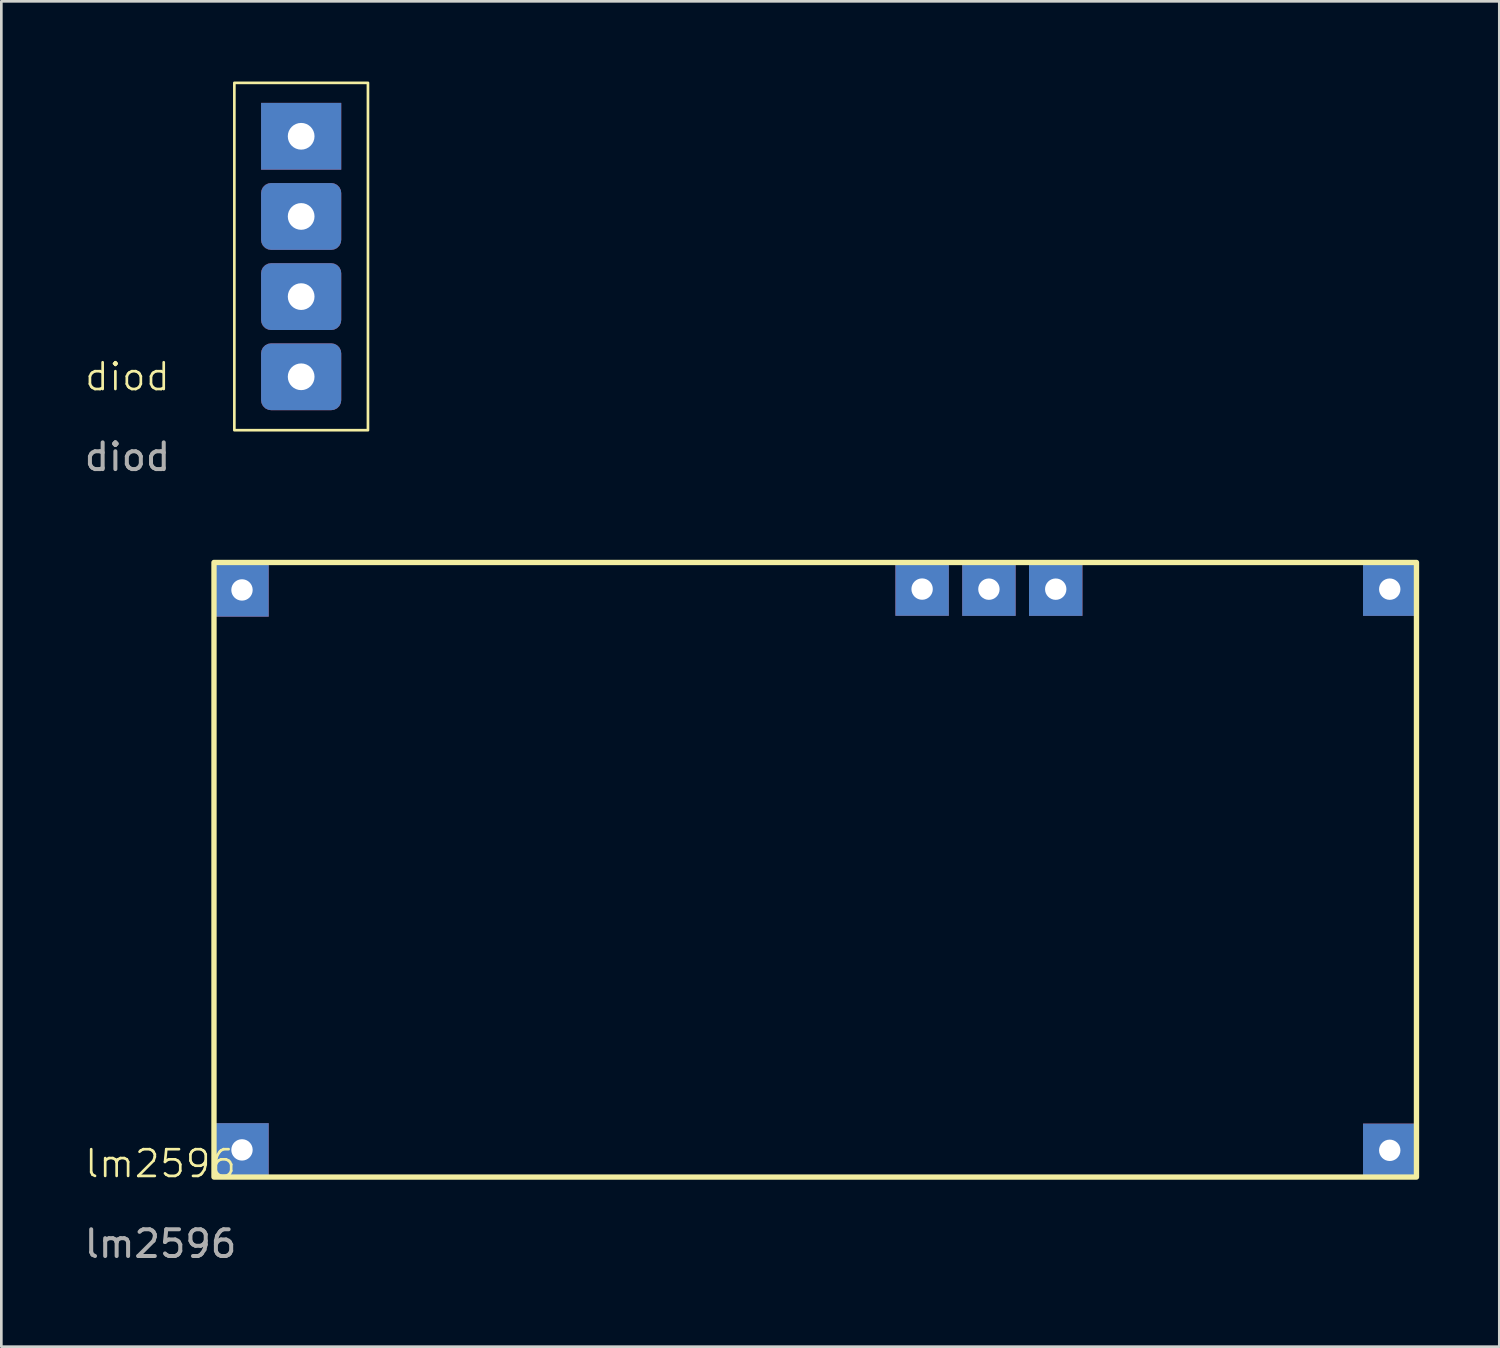
<source format=kicad_pcb>
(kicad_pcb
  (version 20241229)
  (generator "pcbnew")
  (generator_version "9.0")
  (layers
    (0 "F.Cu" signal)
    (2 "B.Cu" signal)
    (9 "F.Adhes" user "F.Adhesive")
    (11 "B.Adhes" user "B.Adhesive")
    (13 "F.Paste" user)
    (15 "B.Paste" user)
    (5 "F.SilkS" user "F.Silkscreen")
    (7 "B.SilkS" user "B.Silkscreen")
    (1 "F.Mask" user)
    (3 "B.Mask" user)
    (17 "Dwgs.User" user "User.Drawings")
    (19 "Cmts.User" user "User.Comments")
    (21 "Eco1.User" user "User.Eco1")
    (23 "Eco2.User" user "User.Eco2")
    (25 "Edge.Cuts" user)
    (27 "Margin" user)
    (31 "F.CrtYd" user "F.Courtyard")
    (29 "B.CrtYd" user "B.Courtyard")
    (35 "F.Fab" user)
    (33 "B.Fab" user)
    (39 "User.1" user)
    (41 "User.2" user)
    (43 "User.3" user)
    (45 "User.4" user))
  (footprint "lm2596"
    (layer "F.Cu")
    (at 2.958 40.998)
    (property "Reference" "lm2596" (at 0 -0.5 0) (unlocked yes) (layer "F.SilkS") (effects (font (size 1 1) (thickness 0.1))))
    (attr smd)
    (fp_rect (start 2 -23) (end 47 0) (stroke (width 0.2) (type solid)) (fill no) (layer "F.SilkS"))
    (fp_text user "${REFERENCE}" (at 0 2.5 0) (unlocked yes) (layer "F.Fab") (effects (font (size 1 1) (thickness 0.15))))
    (pad "1" thru_hole rect (at 3.048 -21.971) (size 2 2) (drill 0.8) (layers "*.Cu" "*.Mask"))
    (pad "2" thru_hole rect (at 3.048 -1.016) (size 2 2) (drill 0.8) (layers "*.Cu" "*.Mask"))
    (pad "3" thru_hole rect (at 28.5 -22.003) (size 2 2) (drill 0.8) (layers "*.Cu" "*.Mask"))
    (pad "4" thru_hole rect (at 33.5 -22) (size 2 2) (drill 0.8) (layers "*.Cu" "*.Mask"))
    (pad "5" thru_hole rect (at 31 -22) (size 2 2) (drill 0.8) (layers "*.Cu" "*.Mask"))
    (pad "6" thru_hole rect (at 46 -22) (size 2 2) (drill 0.8) (layers "*.Cu" "*.Mask"))
    (pad "7" thru_hole rect (at 46 -1) (size 2 2) (drill 0.8) (layers "*.Cu" "*.Mask")))
  (footprint "diod"
    (layer "F.Cu")
    (at 1.72 11.55)
    (property "Reference" "diod" (at 0 -0.5 0) (unlocked yes) (layer "F.SilkS") (effects (font (size 1 1) (thickness 0.1))))
    (attr smd)
    (fp_rect (start 4 -11.5) (end 9 1.5) (stroke (width 0.1) (type solid)) (fill no) (layer "F.SilkS"))
    (fp_text user "${REFERENCE}" (at 0 2.5 0) (unlocked yes) (layer "F.Fab") (effects (font (size 1 1) (thickness 0.15))))
    (pad "1" thru_hole rect (at 6.5 -9.5) (size 3 2.5) (drill 1) (layers "*.Cu" "*.Mask"))
    (pad "2" thru_hole roundrect (at 6.5 -6.5) (size 3 2.5) (drill 1) (layers "*.Cu" "*.Mask") (roundrect_rratio 0.15))
    (pad "3" thru_hole roundrect (at 6.5 -3.5) (size 3 2.5) (drill 1) (layers "*.Cu" "*.Mask") (roundrect_rratio 0.15))
    (pad "4" thru_hole roundrect (at 6.5 -0.5) (size 3 2.5) (drill 1) (layers "*.Cu" "*.Mask") (roundrect_rratio 0.15)))
  (gr_rect
    (start -3 -3)
    (end 53.058 47.346)
    (stroke (width 0.1) (type default))
    (fill no)
    (layer "Edge.Cuts")))
</source>
